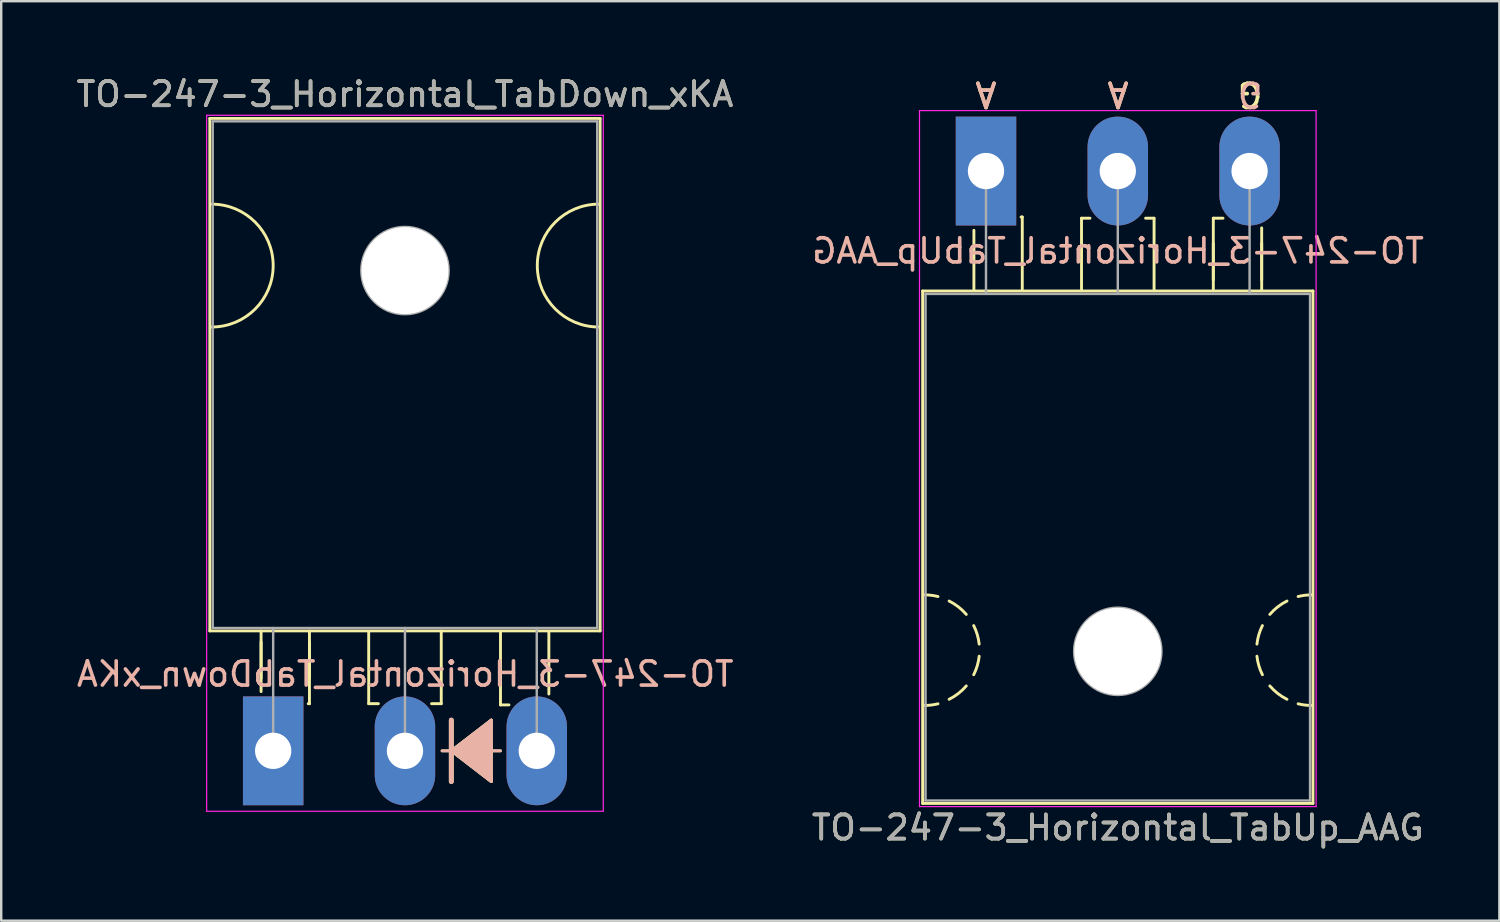
<source format=kicad_pcb>
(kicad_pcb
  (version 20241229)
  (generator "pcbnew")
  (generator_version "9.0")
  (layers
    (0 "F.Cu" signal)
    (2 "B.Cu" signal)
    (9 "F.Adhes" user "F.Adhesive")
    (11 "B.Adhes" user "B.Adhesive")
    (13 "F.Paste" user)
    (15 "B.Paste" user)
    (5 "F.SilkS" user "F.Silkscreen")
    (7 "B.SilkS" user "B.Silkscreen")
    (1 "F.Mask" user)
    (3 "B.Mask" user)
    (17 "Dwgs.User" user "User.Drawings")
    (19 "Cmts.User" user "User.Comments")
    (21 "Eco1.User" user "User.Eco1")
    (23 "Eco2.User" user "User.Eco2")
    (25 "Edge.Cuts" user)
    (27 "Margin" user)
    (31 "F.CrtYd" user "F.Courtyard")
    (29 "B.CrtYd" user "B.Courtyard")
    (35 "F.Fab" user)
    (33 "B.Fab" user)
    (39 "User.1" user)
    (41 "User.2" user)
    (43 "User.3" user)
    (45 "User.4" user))
  (footprint "TO-247-3_Horizontal_TabUp_AAG"
    (layer "F.Cu")
    (at 37.722 4.023)
    (property "Reference" "TO-247-3_Horizontal_TabUp_AAG" (at 5.45 27.15 0) (layer "F.SilkS") (effects (font (size 1 1) (thickness 0.15))))
    (fp_line (start -2.62 4.96) (end -2.62 26.15) (stroke (width 0.12) (type solid)) (layer "F.SilkS"))
    (fp_line (start -2.62 4.96) (end 13.52 4.96) (stroke (width 0.12) (type solid)) (layer "F.SilkS"))
    (fp_line (start -2.62 26.15) (end 13.52 26.15) (stroke (width 0.12) (type solid)) (layer "F.SilkS"))
    (fp_line (start -0.5 4.9) (end -0.5 2.45) (stroke (width 0.12) (type solid)) (layer "F.SilkS"))
    (fp_line (start 1.5 1.9) (end 1.45 1.9) (stroke (width 0.12) (type solid)) (layer "F.SilkS"))
    (fp_line (start 1.5 4.9) (end 1.5 1.9) (stroke (width 0.12) (type solid)) (layer "F.SilkS"))
    (fp_line (start 3.95 1.95) (end 4.3 1.95) (stroke (width 0.12) (type solid)) (layer "F.SilkS"))
    (fp_line (start 3.95 4.95) (end 3.95 1.95) (stroke (width 0.12) (type solid)) (layer "F.SilkS"))
    (fp_line (start 6.95 1.95) (end 6.6 1.95) (stroke (width 0.12) (type solid)) (layer "F.SilkS"))
    (fp_line (start 6.95 4.95) (end 6.95 1.95) (stroke (width 0.12) (type solid)) (layer "F.SilkS"))
    (fp_line (start 9.4 1.95) (end 9.8 1.95) (stroke (width 0.12) (type solid)) (layer "F.SilkS"))
    (fp_line (start 9.4 4.5) (end 9.4 3) (stroke (width 0.12) (type solid)) (layer "F.SilkS"))
    (fp_line (start 9.4 4.95) (end 9.4 1.95) (stroke (width 0.12) (type solid)) (layer "F.SilkS"))
    (fp_line (start 11.4 4.5) (end 11.4 3) (stroke (width 0.12) (type solid)) (layer "F.SilkS"))
    (fp_line (start 11.4 4.95) (end 11.4 2.35) (stroke (width 0.12) (type solid)) (layer "F.SilkS"))
    (fp_line (start 13.52 4.96) (end 13.52 26.15) (stroke (width 0.12) (type solid)) (layer "F.SilkS"))
    (fp_arc (start -2.54 17.526) (mid -2.260689 17.543128) (end -1.985564 17.594254) (stroke (width 0.12) (type solid)) (layer "F.SilkS"))
    (fp_arc (start -1.985564 22.029746) (mid -2.260689 22.080872) (end -2.54 22.098) (stroke (width 0.12) (type solid)) (layer "F.SilkS"))
    (fp_arc (start -1.524001 17.780001) (mid -1.14188 18.02132) (end -0.815088 18.333504) (stroke (width 0.12) (type solid)) (layer "F.SilkS"))
    (fp_arc (start -0.815087 21.290497) (mid -1.141879 21.60268) (end -1.524 21.844) (stroke (width 0.12) (type solid)) (layer "F.SilkS"))
    (fp_arc (start -0.508001 18.796001) (mid -0.361178 19.168563) (end -0.282051 19.561117) (stroke (width 0.12) (type solid)) (layer "F.SilkS"))
    (fp_arc (start -0.282051 20.062883) (mid -0.361178 20.455437) (end -0.508001 20.827999) (stroke (width 0.12) (type solid)) (layer "F.SilkS"))
    (fp_arc (start 11.204051 19.561117) (mid 11.283178 19.168563) (end 11.430001 18.796001) (stroke (width 0.12) (type solid)) (layer "F.SilkS"))
    (fp_arc (start 11.430001 20.827999) (mid 11.283178 20.455437) (end 11.204051 20.062883) (stroke (width 0.12) (type solid)) (layer "F.SilkS"))
    (fp_arc (start 11.737087 18.333503) (mid 12.063879 18.02132) (end 12.446 17.78) (stroke (width 0.12) (type solid)) (layer "F.SilkS"))
    (fp_arc (start 12.446001 21.843999) (mid 12.06388 21.60268) (end 11.737088 21.290496) (stroke (width 0.12) (type solid)) (layer "F.SilkS"))
    (fp_arc (start 12.907564 17.594254) (mid 13.182689 17.543128) (end 13.462 17.526) (stroke (width 0.12) (type solid)) (layer "F.SilkS"))
    (fp_arc (start 13.462 22.098) (mid 13.182689 22.080872) (end 12.907564 22.029746) (stroke (width 0.12) (type solid)) (layer "F.SilkS"))
    (fp_line (start -2.75 -2.5) (end -2.75 26.28) (stroke (width 0.05) (type solid)) (layer "F.CrtYd"))
    (fp_line (start -2.75 26.28) (end 13.65 26.28) (stroke (width 0.05) (type solid)) (layer "F.CrtYd"))
    (fp_line (start 13.65 -2.5) (end -2.75 -2.5) (stroke (width 0.05) (type solid)) (layer "F.CrtYd"))
    (fp_line (start 13.65 26.28) (end 13.65 -2.5) (stroke (width 0.05) (type solid)) (layer "F.CrtYd"))
    (fp_line (start -2.5 5.08) (end -2.5 26.03) (stroke (width 0.1) (type solid)) (layer "F.Fab"))
    (fp_line (start -2.5 26.03) (end 13.4 26.03) (stroke (width 0.1) (type solid)) (layer "F.Fab"))
    (fp_line (start 0 5.08) (end 0 0) (stroke (width 0.1) (type solid)) (layer "F.Fab"))
    (fp_line (start 5.45 5.08) (end 5.45 0) (stroke (width 0.1) (type solid)) (layer "F.Fab"))
    (fp_line (start 10.9 5.08) (end 10.9 0) (stroke (width 0.1) (type solid)) (layer "F.Fab"))
    (fp_line (start 13.4 5.08) (end -2.5 5.08) (stroke (width 0.1) (type solid)) (layer "F.Fab"))
    (fp_line (start 13.4 26.03) (end 13.4 5.08) (stroke (width 0.1) (type solid)) (layer "F.Fab"))
    (fp_circle (center 5.45 19.86) (end 7.255 19.86) (stroke (width 0.1) (type solid)) (fill no) (layer "F.Fab"))
    (fp_text user "A" (at 0 -3.175 180) (unlocked yes) (layer "F.SilkS") (effects (font (size 1 1) (thickness 0.15))))
    (fp_text user "A" (at 5.461 -3.175 180) (unlocked yes) (layer "F.SilkS") (effects (font (size 1 1) (thickness 0.15))))
    (fp_text user "G" (at 10.922 -3.175 180) (unlocked yes) (layer "F.SilkS") (effects (font (size 1 1) (thickness 0.15))))
    (fp_text user "A" (at 0 -3.175 180) (unlocked yes) (layer "B.SilkS") (effects (font (size 1 1) (thickness 0.15)) (justify mirror)))
    (fp_text user "${REFERENCE}" (at 5.461 3.302 0) (layer "B.SilkS") (effects (font (size 1 1) (thickness 0.15)) (justify mirror)))
    (fp_text user "G" (at 10.922 -3.175 180) (unlocked yes) (layer "B.SilkS") (effects (font (size 1 1) (thickness 0.15)) (justify mirror)))
    (fp_text user "A" (at 5.461 -3.175 180) (unlocked yes) (layer "B.SilkS") (effects (font (size 1 1) (thickness 0.15)) (justify mirror)))
    (fp_text user "${REFERENCE}" (at 5.45 27.15 0) (layer "F.Fab") (effects (font (size 1 1) (thickness 0.15))))
    (pad "" np_thru_hole oval (at 5.45 19.86) (size 3.6 3.6) (drill 3.6) (layers "*.Cu" "*.Mask"))
    (pad "1" thru_hole rect (at 0 0) (size 2.5 4.5) (drill 1.5) (layers "*.Cu" "*.Mask"))
    (pad "2" thru_hole oval (at 5.45 0) (size 2.5 4.5) (drill 1.5) (layers "*.Cu" "*.Mask"))
    (pad "3" thru_hole oval (at 10.9 0) (size 2.5 4.5) (drill 1.5) (layers "*.Cu" "*.Mask")))
  (footprint "TO-247-3_Horizontal_TabDown_xKA"
    (layer "F.Cu")
    (at 8.246 27.998)
    (property "Reference" "TO-247-3_Horizontal_TabDown_xKA" (at 5.45 -27.15 0) (layer "F.SilkS") (effects (font (size 1 1) (thickness 0.15))))
    (fp_line (start -2.62 -26.15) (end -2.62 -4.96) (stroke (width 0.12) (type solid)) (layer "F.SilkS"))
    (fp_line (start -2.62 -26.15) (end 13.52 -26.15) (stroke (width 0.12) (type solid)) (layer "F.SilkS"))
    (fp_line (start -2.62 -4.96) (end 13.52 -4.96) (stroke (width 0.12) (type solid)) (layer "F.SilkS"))
    (fp_line (start -0.5 -4.95) (end -0.5 -2.45) (stroke (width 0.12) (type solid)) (layer "F.SilkS"))
    (fp_line (start -0.5 -4.5) (end -0.5 -3) (stroke (width 0.12) (type solid)) (layer "F.SilkS"))
    (fp_line (start 1.5 -4.95) (end 1.5 -1.95) (stroke (width 0.12) (type solid)) (layer "F.SilkS"))
    (fp_line (start 1.5 -4.5) (end 1.5 -3) (stroke (width 0.12) (type solid)) (layer "F.SilkS"))
    (fp_line (start 1.5 -1.95) (end 1.45 -1.95) (stroke (width 0.12) (type solid)) (layer "F.SilkS"))
    (fp_line (start 3.95 -4.9) (end 3.95 -1.95) (stroke (width 0.12) (type solid)) (layer "F.SilkS"))
    (fp_line (start 3.95 -1.95) (end 4.35 -1.95) (stroke (width 0.12) (type solid)) (layer "F.SilkS"))
    (fp_line (start 6.95 -4.95) (end 6.95 -1.95) (stroke (width 0.12) (type solid)) (layer "F.SilkS"))
    (fp_line (start 6.95 -1.95) (end 6.55 -1.95) (stroke (width 0.12) (type solid)) (layer "F.SilkS"))
    (fp_line (start 6.985 0) (end 7.366 0) (stroke (width 0.12) (type solid)) (layer "F.SilkS"))
    (fp_line (start 7.366 -1.27) (end 7.366 0) (stroke (width 0.2) (type solid)) (layer "F.SilkS"))
    (fp_line (start 7.366 0) (end 7.366 1.27) (stroke (width 0.2) (type solid)) (layer "F.SilkS"))
    (fp_line (start 7.366 0) (end 9.017 1.27) (stroke (width 0.12) (type solid)) (layer "F.SilkS"))
    (fp_line (start 9.017 -1.27) (end 7.366 0) (stroke (width 0.12) (type solid)) (layer "F.SilkS"))
    (fp_line (start 9.017 1.27) (end 9.017 -1.27) (stroke (width 0.12) (type solid)) (layer "F.SilkS"))
    (fp_line (start 9.398 0) (end 9.017 0) (stroke (width 0.12) (type solid)) (layer "F.SilkS"))
    (fp_line (start 9.4 -4.9) (end 9.4 -1.9) (stroke (width 0.12) (type solid)) (layer "F.SilkS"))
    (fp_line (start 9.4 -1.9) (end 9.75 -1.9) (stroke (width 0.12) (type solid)) (layer "F.SilkS"))
    (fp_line (start 11.4 -4.9) (end 11.4 -2.35) (stroke (width 0.12) (type solid)) (layer "F.SilkS"))
    (fp_line (start 13.52 -26.15) (end 13.52 -4.96) (stroke (width 0.12) (type solid)) (layer "F.SilkS"))
    (fp_arc (start -2.54 -22.606) (mid 0 -20.066) (end -2.54 -17.526) (stroke (width 0.12) (type solid)) (layer "F.SilkS"))
    (fp_arc (start 13.462 -17.526) (mid 10.922 -20.066) (end 13.462 -22.606) (stroke (width 0.12) (type solid)) (layer "F.SilkS"))
    (fp_poly (pts (xy 9.017 1.27) (xy 7.366 0) (xy 9.017 -1.27)) (stroke (width 0.1) (type solid)) (fill yes) (layer "F.SilkS"))
    (fp_line (start 6.985 0) (end 7.366 0) (stroke (width 0.12) (type solid)) (layer "B.SilkS"))
    (fp_line (start 7.366 0) (end 7.366 -1.27) (stroke (width 0.2) (type solid)) (layer "B.SilkS"))
    (fp_line (start 7.366 0) (end 9.017 -1.27) (stroke (width 0.12) (type solid)) (layer "B.SilkS"))
    (fp_line (start 7.366 1.27) (end 7.366 0) (stroke (width 0.2) (type solid)) (layer "B.SilkS"))
    (fp_line (start 9.017 -1.27) (end 9.017 1.27) (stroke (width 0.12) (type solid)) (layer "B.SilkS"))
    (fp_line (start 9.017 1.27) (end 7.366 0) (stroke (width 0.12) (type solid)) (layer "B.SilkS"))
    (fp_line (start 9.398 0) (end 9.017 0) (stroke (width 0.12) (type solid)) (layer "B.SilkS"))
    (fp_poly (pts (xy 9.017 -1.27) (xy 7.366 0) (xy 9.017 1.27)) (stroke (width 0.1) (type solid)) (fill yes) (layer "B.SilkS"))
    (fp_line (start -2.75 -26.28) (end -2.75 2.5) (stroke (width 0.05) (type solid)) (layer "F.CrtYd"))
    (fp_line (start -2.75 2.5) (end 13.65 2.5) (stroke (width 0.05) (type solid)) (layer "F.CrtYd"))
    (fp_line (start 13.65 -26.28) (end -2.75 -26.28) (stroke (width 0.05) (type solid)) (layer "F.CrtYd"))
    (fp_line (start 13.65 2.5) (end 13.65 -26.28) (stroke (width 0.05) (type solid)) (layer "F.CrtYd"))
    (fp_line (start -2.5 -26.03) (end 13.4 -26.03) (stroke (width 0.1) (type solid)) (layer "F.Fab"))
    (fp_line (start -2.5 -5.08) (end -2.5 -26.03) (stroke (width 0.1) (type solid)) (layer "F.Fab"))
    (fp_line (start 0 -5.08) (end 0 0) (stroke (width 0.1) (type solid)) (layer "F.Fab"))
    (fp_line (start 5.45 -5.08) (end 5.45 0) (stroke (width 0.1) (type solid)) (layer "F.Fab"))
    (fp_line (start 10.9 -5.08) (end 10.9 0) (stroke (width 0.1) (type solid)) (layer "F.Fab"))
    (fp_line (start 13.4 -26.03) (end 13.4 -5.08) (stroke (width 0.1) (type solid)) (layer "F.Fab"))
    (fp_line (start 13.4 -5.08) (end -2.5 -5.08) (stroke (width 0.1) (type solid)) (layer "F.Fab"))
    (fp_circle (center 5.45 -19.86) (end 7.255 -19.86) (stroke (width 0.1) (type solid)) (fill no) (layer "F.Fab"))
    (fp_text user "${REFERENCE}" (at 5.461 -3.175 0) (layer "B.SilkS") (effects (font (size 1 1) (thickness 0.15)) (justify mirror)))
    (fp_text user "${REFERENCE}" (at 5.45 -27.15 0) (layer "F.Fab") (effects (font (size 1 1) (thickness 0.15))))
    (pad "" np_thru_hole oval (at 5.45 -19.86) (size 3.6 3.6) (drill 3.6) (layers "*.Cu" "*.Mask"))
    (pad "1" thru_hole rect (at 0 0) (size 2.5 4.5) (drill 1.5) (layers "*.Cu" "*.Mask"))
    (pad "2" thru_hole oval (at 5.45 0) (size 2.5 4.5) (drill 1.5) (layers "*.Cu" "*.Mask"))
    (pad "3" thru_hole oval (at 10.9 0) (size 2.5 4.5) (drill 1.5) (layers "*.Cu" "*.Mask")))
  (gr_rect
    (start -3 -3)
    (end 58.951 35.022)
    (stroke (width 0.1) (type default))
    (fill no)
    (layer "Edge.Cuts")))
</source>
